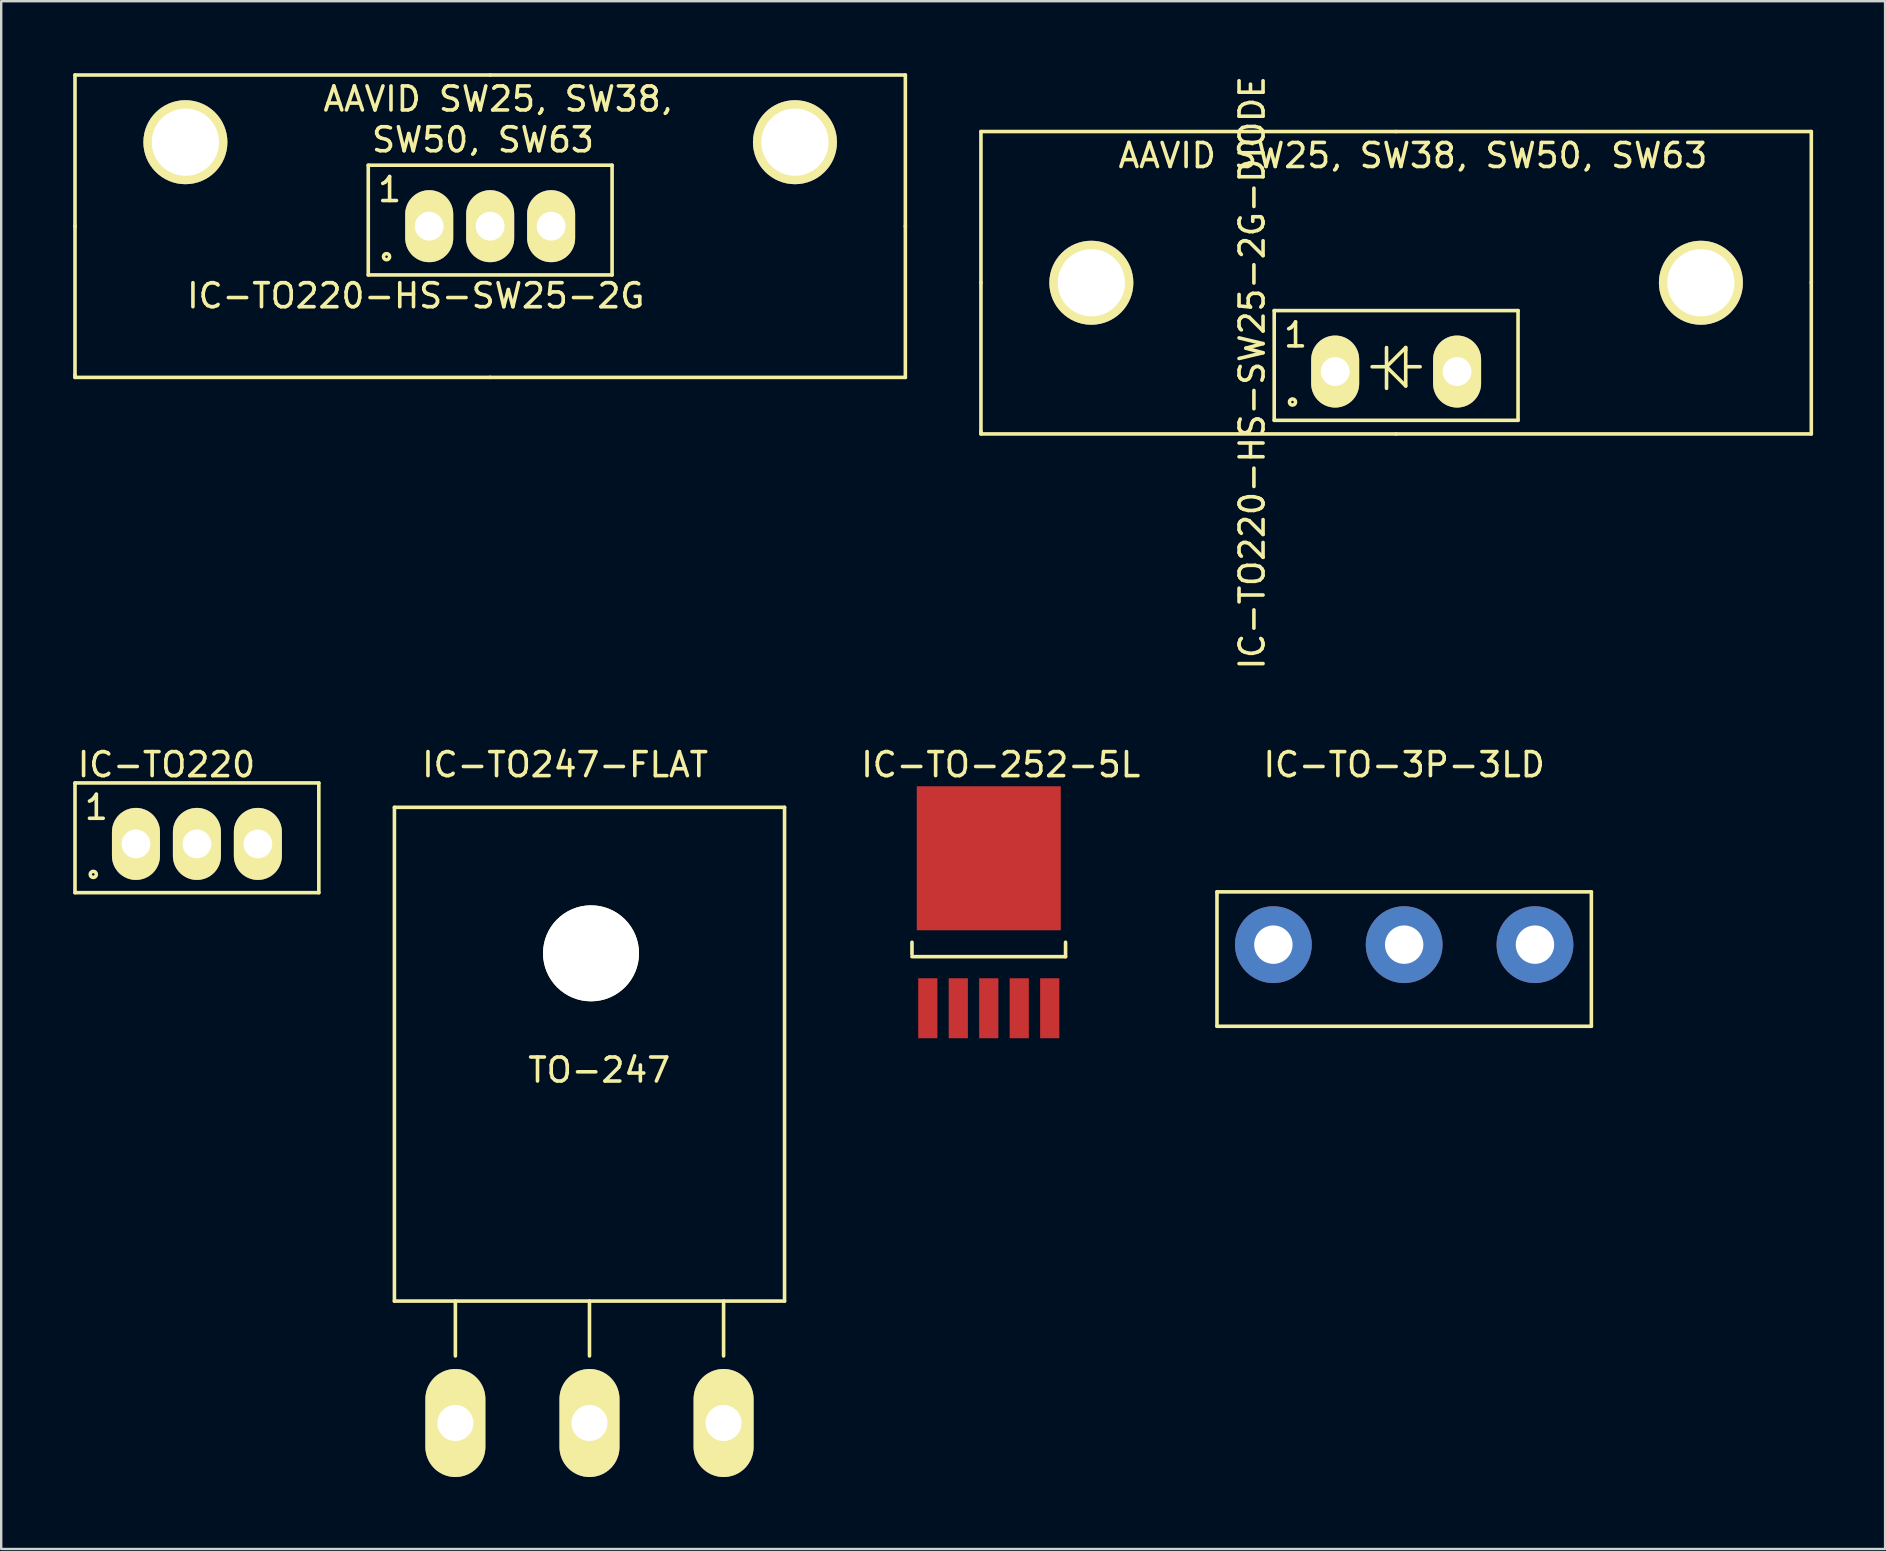
<source format=kicad_pcb>
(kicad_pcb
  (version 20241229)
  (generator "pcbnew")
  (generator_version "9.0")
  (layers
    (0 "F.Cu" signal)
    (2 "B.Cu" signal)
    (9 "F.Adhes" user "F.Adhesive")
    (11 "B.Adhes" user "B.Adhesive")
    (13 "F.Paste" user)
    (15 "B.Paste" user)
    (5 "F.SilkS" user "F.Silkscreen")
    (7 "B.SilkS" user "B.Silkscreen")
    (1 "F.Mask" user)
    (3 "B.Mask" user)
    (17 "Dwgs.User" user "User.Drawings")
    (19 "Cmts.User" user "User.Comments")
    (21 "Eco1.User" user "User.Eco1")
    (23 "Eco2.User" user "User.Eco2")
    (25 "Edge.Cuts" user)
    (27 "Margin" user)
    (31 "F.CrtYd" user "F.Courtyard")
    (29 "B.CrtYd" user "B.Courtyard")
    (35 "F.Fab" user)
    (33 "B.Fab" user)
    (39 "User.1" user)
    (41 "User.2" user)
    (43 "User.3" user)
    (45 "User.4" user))
  (footprint "IC-TO220-HS-SW25-2G-DIODE"
    (layer "F.Cu")
    (at 55.125 8.732)
    (property "Reference" "IC-TO220-HS-SW25-2G-DIODE" (at -6 3.75 90) (layer "F.SilkS") (effects (font (size 1 1) (thickness 0.15))))
    (attr through_hole)
    (fp_line (start -17.3 -6.3) (end -17.3 0) (stroke (width 0.15) (type solid)) (layer "F.SilkS"))
    (fp_line (start -17.3 0) (end -17.3 6.2) (stroke (width 0.15) (type solid)) (layer "F.SilkS"))
    (fp_line (start -17.3 6.2) (end -17.3 6.3) (stroke (width 0.15) (type solid)) (layer "F.SilkS"))
    (fp_line (start -17.3 6.3) (end 0 6.3) (stroke (width 0.15) (type solid)) (layer "F.SilkS"))
    (fp_line (start -5.08 1.16) (end 5.08 1.16) (stroke (width 0.15) (type solid)) (layer "F.SilkS"))
    (fp_line (start -5.08 5.732) (end -5.08 1.16) (stroke (width 0.15) (type solid)) (layer "F.SilkS"))
    (fp_line (start -0.4 2.7) (end -0.4 4.4) (stroke (width 0.15) (type solid)) (layer "F.SilkS"))
    (fp_line (start -0.4 3.5) (end -1 3.5) (stroke (width 0.15) (type solid)) (layer "F.SilkS"))
    (fp_line (start -0.4 3.5) (end 0.4 2.7) (stroke (width 0.15) (type solid)) (layer "F.SilkS"))
    (fp_line (start -0.4 3.5) (end 0.4 4.3) (stroke (width 0.15) (type solid)) (layer "F.SilkS"))
    (fp_line (start 0 -6.3) (end -17.3 -6.3) (stroke (width 0.15) (type solid)) (layer "F.SilkS"))
    (fp_line (start 0 6.3) (end 17.3 6.3) (stroke (width 0.15) (type solid)) (layer "F.SilkS"))
    (fp_line (start 0.4 2.8) (end 0.4 2.7) (stroke (width 0.15) (type solid)) (layer "F.SilkS"))
    (fp_line (start 0.4 3.5) (end 1 3.5) (stroke (width 0.15) (type solid)) (layer "F.SilkS"))
    (fp_line (start 0.4 4.3) (end 0.4 2.8) (stroke (width 0.15) (type solid)) (layer "F.SilkS"))
    (fp_line (start 5.08 1.16) (end 5.08 5.732) (stroke (width 0.15) (type solid)) (layer "F.SilkS"))
    (fp_line (start 5.08 5.732) (end -5.08 5.732) (stroke (width 0.15) (type solid)) (layer "F.SilkS"))
    (fp_line (start 17.3 -6.3) (end 0 -6.3) (stroke (width 0.15) (type solid)) (layer "F.SilkS"))
    (fp_line (start 17.3 0) (end 17.3 -6.3) (stroke (width 0.15) (type solid)) (layer "F.SilkS"))
    (fp_line (start 17.3 6.3) (end 17.3 0) (stroke (width 0.15) (type solid)) (layer "F.SilkS"))
    (fp_circle (center -4.318 4.97) (end -4.445 4.97) (stroke (width 0.15) (type solid)) (fill no) (layer "F.SilkS"))
    (fp_text user "AAVID SW25, SW38, SW50, SW63" (at 0.7 -5.3 0) (layer "F.SilkS") (effects (font (size 1 1) (thickness 0.15))))
    (fp_text user "1" (at -4.191 2.176 0) (layer "F.SilkS") (effects (font (size 1 1) (thickness 0.15))))
    (pad "1" thru_hole oval (at -2.54 3.7) (size 2 3) (drill 1.2) (layers "*.Cu" "*.Mask" "F.SilkS"))
    (pad "2" thru_hole oval (at 2.54 3.7) (size 2 3) (drill 1.2) (layers "*.Cu" "*.Mask" "F.SilkS"))
    (pad "4" thru_hole circle (at -12.7 0) (size 3.5 3.5) (drill 2.8) (layers "*.Cu" "*.Mask" "F.SilkS"))
    (pad "5" thru_hole circle (at 12.7 0) (size 3.5 3.5) (drill 2.8) (layers "*.Cu" "*.Mask" "F.SilkS")))
  (footprint "IC-TO−3P−3LD"
    (layer "F.Cu")
    (at 55.46 36.313)
    (property "Reference" "IC-TO−3P−3LD" (at 0 -7.5 0) (layer "F.SilkS") (effects (font (size 1 1) (thickness 0.15))))
    (attr through_hole)
    (fp_line (start -7.8 -2.2) (end -7.8 3.4) (stroke (width 0.15) (type solid)) (layer "F.SilkS"))
    (fp_line (start -7.8 3.4) (end 7.8 3.4) (stroke (width 0.15) (type solid)) (layer "F.SilkS"))
    (fp_line (start 7.8 -2.2) (end -7.8 -2.2) (stroke (width 0.15) (type solid)) (layer "F.SilkS"))
    (fp_line (start 7.8 3.4) (end 7.8 -2.2) (stroke (width 0.15) (type solid)) (layer "F.SilkS"))
    (pad "1" thru_hole circle (at -5.45 0) (size 3.2 3.2) (drill 1.6) (layers "*.Cu" "*.Mask"))
    (pad "2" thru_hole circle (at 0 0) (size 3.2 3.2) (drill 1.6) (layers "*.Cu" "*.Mask"))
    (pad "3" thru_hole circle (at 5.45 0) (size 3.2 3.2) (drill 1.6) (layers "*.Cu" "*.Mask")))
  (footprint "IC-TO220-HS-SW25-2G"
    (layer "F.Cu")
    (at 17.375 6.375)
    (property "Reference" "IC-TO220-HS-SW25-2G" (at -3.1 2.9 0) (layer "F.SilkS") (effects (font (size 1 1) (thickness 0.15))))
    (attr through_hole)
    (fp_line (start -17.3 -6.3) (end -17.3 0) (stroke (width 0.15) (type solid)) (layer "F.SilkS"))
    (fp_line (start -17.3 0) (end -17.3 6.2) (stroke (width 0.15) (type solid)) (layer "F.SilkS"))
    (fp_line (start -17.3 6.2) (end -17.3 6.3) (stroke (width 0.15) (type solid)) (layer "F.SilkS"))
    (fp_line (start -17.3 6.3) (end 0 6.3) (stroke (width 0.15) (type solid)) (layer "F.SilkS"))
    (fp_line (start -5.08 -2.54) (end 5.08 -2.54) (stroke (width 0.15) (type solid)) (layer "F.SilkS"))
    (fp_line (start -5.08 2.032) (end -5.08 -2.54) (stroke (width 0.15) (type solid)) (layer "F.SilkS"))
    (fp_line (start 0 -6.3) (end -17.3 -6.3) (stroke (width 0.15) (type solid)) (layer "F.SilkS"))
    (fp_line (start 0 6.3) (end 17.3 6.3) (stroke (width 0.15) (type solid)) (layer "F.SilkS"))
    (fp_line (start 5.08 -2.54) (end 5.08 2.032) (stroke (width 0.15) (type solid)) (layer "F.SilkS"))
    (fp_line (start 5.08 2.032) (end -5.08 2.032) (stroke (width 0.15) (type solid)) (layer "F.SilkS"))
    (fp_line (start 17.3 -6.3) (end 0 -6.3) (stroke (width 0.15) (type solid)) (layer "F.SilkS"))
    (fp_line (start 17.3 0) (end 17.3 -6.3) (stroke (width 0.15) (type solid)) (layer "F.SilkS"))
    (fp_line (start 17.3 6.3) (end 17.3 0) (stroke (width 0.15) (type solid)) (layer "F.SilkS"))
    (fp_circle (center -4.318 1.27) (end -4.445 1.27) (stroke (width 0.15) (type solid)) (fill no) (layer "F.SilkS"))
    (fp_text user "SW50, SW63" (at -0.3 -3.6 0) (layer "F.SilkS") (effects (font (size 1 1) (thickness 0.15))))
    (fp_text user "AAVID SW25, SW38, " (at 0.7 -5.3 0) (layer "F.SilkS") (effects (font (size 1 1) (thickness 0.15))))
    (fp_text user "1" (at -4.191 -1.524 0) (layer "F.SilkS") (effects (font (size 1 1) (thickness 0.15))))
    (pad "1" thru_hole oval (at -2.54 0) (size 2 3) (drill 1.2) (layers "*.Cu" "*.Mask" "F.SilkS"))
    (pad "2" thru_hole oval (at 0 0) (size 2 3) (drill 1.2) (layers "*.Cu" "*.Mask" "F.SilkS"))
    (pad "3" thru_hole oval (at 2.54 0) (size 2 3) (drill 1.2) (layers "*.Cu" "*.Mask" "F.SilkS"))
    (pad "4" thru_hole circle (at -12.7 -3.5) (size 3.5 3.5) (drill 2.8) (layers "*.Cu" "*.Mask" "F.SilkS"))
    (pad "5" thru_hole circle (at 12.7 -3.5) (size 3.5 3.5) (drill 2.8) (layers "*.Cu" "*.Mask" "F.SilkS")))
  (footprint "IC-TO-252-5L"
    (layer "F.Cu")
    (at 38.151 32.713)
    (property "Reference" "IC-TO-252-5L" (at 0.5 -3.9 0) (layer "F.SilkS") (effects (font (size 1 1) (thickness 0.15))))
    (attr smd)
    (fp_line (start -3.2 4) (end -3.2 3.5) (stroke (width 0.15) (type solid)) (layer "F.SilkS"))
    (fp_line (start -3.2 4.1) (end 3.2 4.1) (stroke (width 0.15) (type solid)) (layer "F.SilkS"))
    (fp_line (start 3.2 4.1) (end 3.2 3.5) (stroke (width 0.15) (type solid)) (layer "F.SilkS"))
    (pad "1" smd rect (at -2.54 6.25) (size 0.8 2.5) (layers "F.Cu" "F.Mask" "F.Paste"))
    (pad "2" smd rect (at -1.27 6.25) (size 0.8 2.5) (layers "F.Cu" "F.Mask" "F.Paste"))
    (pad "3" smd rect (at 0 0) (size 6 6) (layers "F.Cu" "F.Mask" "F.Paste"))
    (pad "3" smd rect (at 0 6.25) (size 0.8 2.5) (layers "F.Cu" "F.Mask" "F.Paste"))
    (pad "4" smd rect (at 1.27 6.25) (size 0.8 2.5) (layers "F.Cu" "F.Mask" "F.Paste"))
    (pad "5" smd rect (at 2.54 6.25) (size 0.8 2.5) (layers "F.Cu" "F.Mask" "F.Paste")))
  (footprint "IC-TO247-FLAT"
    (layer "F.Cu")
    (at 21.513 56.245)
    (property "Reference" "IC-TO247-FLAT" (at -1.016 -27.432 0) (layer "F.SilkS") (effects (font (size 1 1) (thickness 0.15))))
    (attr through_hole)
    (fp_line (start -8.128 -25.654) (end 8.128 -25.654) (stroke (width 0.15) (type solid)) (layer "F.SilkS"))
    (fp_line (start -8.128 -5.08) (end -8.128 -25.654) (stroke (width 0.15) (type solid)) (layer "F.SilkS"))
    (fp_line (start -5.588 -2.794) (end -5.588 -5.08) (stroke (width 0.15) (type solid)) (layer "F.SilkS"))
    (fp_line (start 0 -2.794) (end 0 -5.08) (stroke (width 0.15) (type solid)) (layer "F.SilkS"))
    (fp_line (start 5.588 -2.794) (end 5.588 -5.08) (stroke (width 0.15) (type solid)) (layer "F.SilkS"))
    (fp_line (start 8.128 -25.654) (end 8.128 -5.08) (stroke (width 0.15) (type solid)) (layer "F.SilkS"))
    (fp_line (start 8.128 -5.08) (end -8.128 -5.08) (stroke (width 0.15) (type solid)) (layer "F.SilkS"))
    (fp_circle (center 0 -19.558) (end 1.778 -19.558) (stroke (width 0.15) (type solid)) (fill no) (layer "F.SilkS"))
    (fp_text user "TO-247" (at 0.406 -14.707 0) (layer "F.SilkS") (effects (font (size 1 1) (thickness 0.15))))
    (pad "" np_thru_hole circle (at 0.064 -19.571) (size 4 4) (drill 4) (layers "*.Cu" "*.Mask" "F.SilkS"))
    (pad "1" thru_hole oval (at -5.588 0 90) (size 4.501 2.499) (drill 1.501) (layers "*.Cu" "*.Mask" "F.SilkS"))
    (pad "2" thru_hole oval (at 0 0 90) (size 4.501 2.499) (drill 1.501) (layers "*.Cu" "*.Mask" "F.SilkS"))
    (pad "3" thru_hole oval (at 5.588 0 90) (size 4.501 2.499) (drill 1.501) (layers "*.Cu" "*.Mask" "F.SilkS")))
  (footprint "IC-TO220"
    (layer "F.Cu")
    (at 5.155 32.115)
    (property "Reference" "IC-TO220" (at -1.27 -3.302 0) (layer "F.SilkS") (effects (font (size 1 1) (thickness 0.15))))
    (attr through_hole)
    (fp_line (start -5.08 -2.54) (end 5.08 -2.54) (stroke (width 0.15) (type solid)) (layer "F.SilkS"))
    (fp_line (start -5.08 2.032) (end -5.08 -2.54) (stroke (width 0.15) (type solid)) (layer "F.SilkS"))
    (fp_line (start 5.08 -2.54) (end 5.08 2.032) (stroke (width 0.15) (type solid)) (layer "F.SilkS"))
    (fp_line (start 5.08 2.032) (end -5.08 2.032) (stroke (width 0.15) (type solid)) (layer "F.SilkS"))
    (fp_circle (center -4.318 1.27) (end -4.445 1.27) (stroke (width 0.15) (type solid)) (fill no) (layer "F.SilkS"))
    (fp_text user "1" (at -4.191 -1.524 0) (layer "F.SilkS") (effects (font (size 1 1) (thickness 0.15))))
    (pad "1" thru_hole oval (at -2.54 0) (size 2 3) (drill 1.2) (layers "*.Cu" "*.Mask" "F.SilkS"))
    (pad "2" thru_hole oval (at 0 0) (size 2 3) (drill 1.2) (layers "*.Cu" "*.Mask" "F.SilkS"))
    (pad "3" thru_hole oval (at 2.54 0) (size 2 3) (drill 1.2) (layers "*.Cu" "*.Mask" "F.SilkS")))
  (gr_rect
    (start -3 -3)
    (end 75.5 61.495)
    (stroke (width 0.1) (type default))
    (fill no)
    (layer "Edge.Cuts")))
</source>
